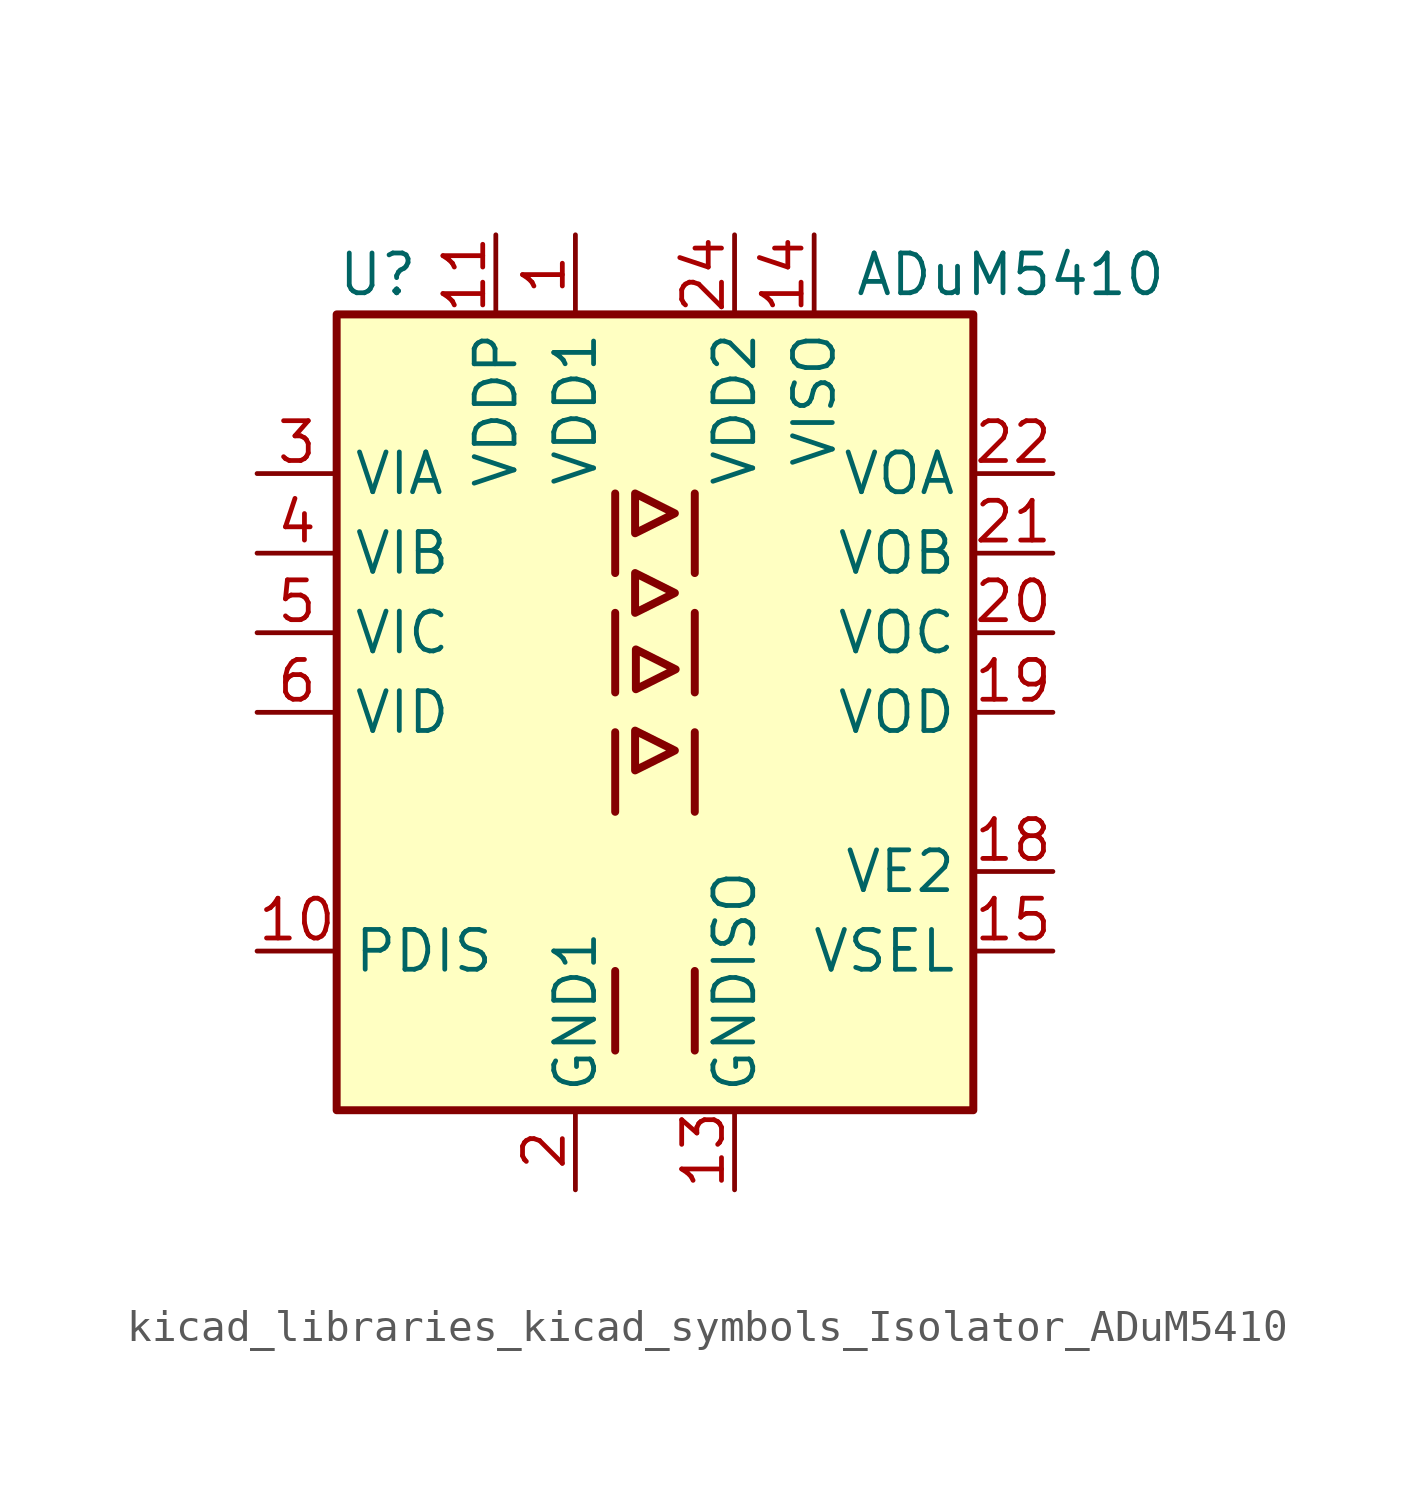
<source format=kicad_sym>
(kicad_symbol_lib
  (version 20220914)
  (generator kicad_symbol_editor)
  (symbol "kicad_libraries_kicad_symbols_Isolator_ADuM5410"
    (property "Reference" "U"
      (at -10.16 13.97 0)
      (effects (font (size 1.27 1.27)) (justify left)))
    (property "Value" "ADuM5410"
      (at 6.35 13.97 0)
      (effects (font (size 1.27 1.27)) (justify left)))
    (symbol "kicad_libraries_kicad_symbols_Isolator_ADuM5410_0_1"
      (rectangle (start -10.16 12.7) (end 10.16 -12.7) (stroke (width 0.254) (type default)) (fill (type background)))
      (polyline (pts (xy -1.27 -8.255) (xy -1.27 -10.795)) (stroke (width 0.254) (type default)) (fill (type none)))
      (polyline (pts (xy -1.27 -0.635) (xy -1.27 -3.175)) (stroke (width 0.254) (type default)) (fill (type none)))
      (polyline (pts (xy -1.27 3.175) (xy -1.27 0.635)) (stroke (width 0.254) (type default)) (fill (type none)))
      (polyline (pts (xy -1.27 6.985) (xy -1.27 4.445)) (stroke (width 0.254) (type default)) (fill (type none)))
      (polyline (pts (xy 1.27 -8.255) (xy 1.27 -10.795)) (stroke (width 0.254) (type default)) (fill (type none)))
      (polyline (pts (xy 1.27 -0.635) (xy 1.27 -3.175)) (stroke (width 0.254) (type default)) (fill (type none)))
      (polyline (pts (xy 1.27 3.175) (xy 1.27 0.635)) (stroke (width 0.254) (type default)) (fill (type none)))
      (polyline (pts (xy 1.27 6.985) (xy 1.27 4.445)) (stroke (width 0.254) (type default)) (fill (type none)))
      (polyline (pts (xy -0.635 -1.854) (xy -0.635 -0.584) (xy 0.635 -1.219) (xy -0.635 -1.854)) (stroke (width 0.254) (type default)) (fill (type none)))
      (polyline (pts (xy -0.635 4.445) (xy -0.635 3.175) (xy 0.635 3.81) (xy -0.635 4.445)) (stroke (width 0.254) (type default)) (fill (type none)))
      (polyline (pts (xy -0.635 5.715) (xy 0.635 6.35) (xy -0.635 6.985) (xy -0.635 5.715)) (stroke (width 0.254) (type default)) (fill (type none)))
      (polyline (pts (xy -0.61 2.007) (xy 0.66 1.372) (xy -0.61 0.737) (xy -0.61 2.007)) (stroke (width 0.254) (type default)) (fill (type none))))
    (symbol "kicad_libraries_kicad_symbols_Isolator_ADuM5410_1_1"
      (pin power_in line (at -2.54 15.24 270) (length 2.54) (name "VDD1" (effects (font (size 1.27 1.27)))) (number "1" (effects (font (size 1.27 1.27)))))
      (pin input line (at -12.7 -7.62 0) (length 2.54) (name "PDIS" (effects (font (size 1.27 1.27)))) (number "10" (effects (font (size 1.27 1.27)))))
      (pin power_in line (at -5.08 15.24 270) (length 2.54) (name "VDDP" (effects (font (size 1.27 1.27)))) (number "11" (effects (font (size 1.27 1.27)))))
      (pin passive line (at -2.54 -15.24 90) (length 2.54) hide (name "GND1" (effects (font (size 1.27 1.27)))) (number "12" (effects (font (size 1.27 1.27)))))
      (pin power_in line (at 2.54 -15.24 90) (length 2.54) (name "GNDISO" (effects (font (size 1.27 1.27)))) (number "13" (effects (font (size 1.27 1.27)))))
      (pin power_out line (at 5.08 15.24 270) (length 2.54) (name "VISO" (effects (font (size 1.27 1.27)))) (number "14" (effects (font (size 1.27 1.27)))))
      (pin input line (at 12.7 -7.62 180) (length 2.54) (name "VSEL" (effects (font (size 1.27 1.27)))) (number "15" (effects (font (size 1.27 1.27)))))
      (pin passive line (at 2.54 -15.24 90) (length 2.54) hide (name "GNDISO" (effects (font (size 1.27 1.27)))) (number "16" (effects (font (size 1.27 1.27)))))
      (pin no_connect line (at 10.16 -2.54 180) (length 2.54) hide (name "NC" (effects (font (size 1.27 1.27)))) (number "17" (effects (font (size 1.27 1.27)))))
      (pin input line (at 12.7 -5.08 180) (length 2.54) (name "VE2" (effects (font (size 1.27 1.27)))) (number "18" (effects (font (size 1.27 1.27)))))
      (pin output line (at 12.7 0 180) (length 2.54) (name "VOD" (effects (font (size 1.27 1.27)))) (number "19" (effects (font (size 1.27 1.27)))))
      (pin power_in line (at -2.54 -15.24 90) (length 2.54) (name "GND1" (effects (font (size 1.27 1.27)))) (number "2" (effects (font (size 1.27 1.27)))))
      (pin output line (at 12.7 2.54 180) (length 2.54) (name "VOC" (effects (font (size 1.27 1.27)))) (number "20" (effects (font (size 1.27 1.27)))))
      (pin output line (at 12.7 5.08 180) (length 2.54) (name "VOB" (effects (font (size 1.27 1.27)))) (number "21" (effects (font (size 1.27 1.27)))))
      (pin output line (at 12.7 7.62 180) (length 2.54) (name "VOA" (effects (font (size 1.27 1.27)))) (number "22" (effects (font (size 1.27 1.27)))))
      (pin passive line (at 2.54 -15.24 90) (length 2.54) hide (name "GNDISO" (effects (font (size 1.27 1.27)))) (number "23" (effects (font (size 1.27 1.27)))))
      (pin power_in line (at 2.54 15.24 270) (length 2.54) (name "VDD2" (effects (font (size 1.27 1.27)))) (number "24" (effects (font (size 1.27 1.27)))))
      (pin input line (at -12.7 7.62 0) (length 2.54) (name "VIA" (effects (font (size 1.27 1.27)))) (number "3" (effects (font (size 1.27 1.27)))))
      (pin input line (at -12.7 5.08 0) (length 2.54) (name "VIB" (effects (font (size 1.27 1.27)))) (number "4" (effects (font (size 1.27 1.27)))))
      (pin input line (at -12.7 2.54 0) (length 2.54) (name "VIC" (effects (font (size 1.27 1.27)))) (number "5" (effects (font (size 1.27 1.27)))))
      (pin input line (at -12.7 0 0) (length 2.54) (name "VID" (effects (font (size 1.27 1.27)))) (number "6" (effects (font (size 1.27 1.27)))))
      (pin no_connect line (at -10.16 -5.08 0) (length 2.54) hide (name "NC" (effects (font (size 1.27 1.27)))) (number "7" (effects (font (size 1.27 1.27)))))
      (pin no_connect line (at -10.16 -2.54 0) (length 2.54) hide (name "NC" (effects (font (size 1.27 1.27)))) (number "8" (effects (font (size 1.27 1.27)))))
      (pin passive line (at -2.54 -15.24 90) (length 2.54) hide (name "GND1" (effects (font (size 1.27 1.27)))) (number "9" (effects (font (size 1.27 1.27))))))))
</source>
